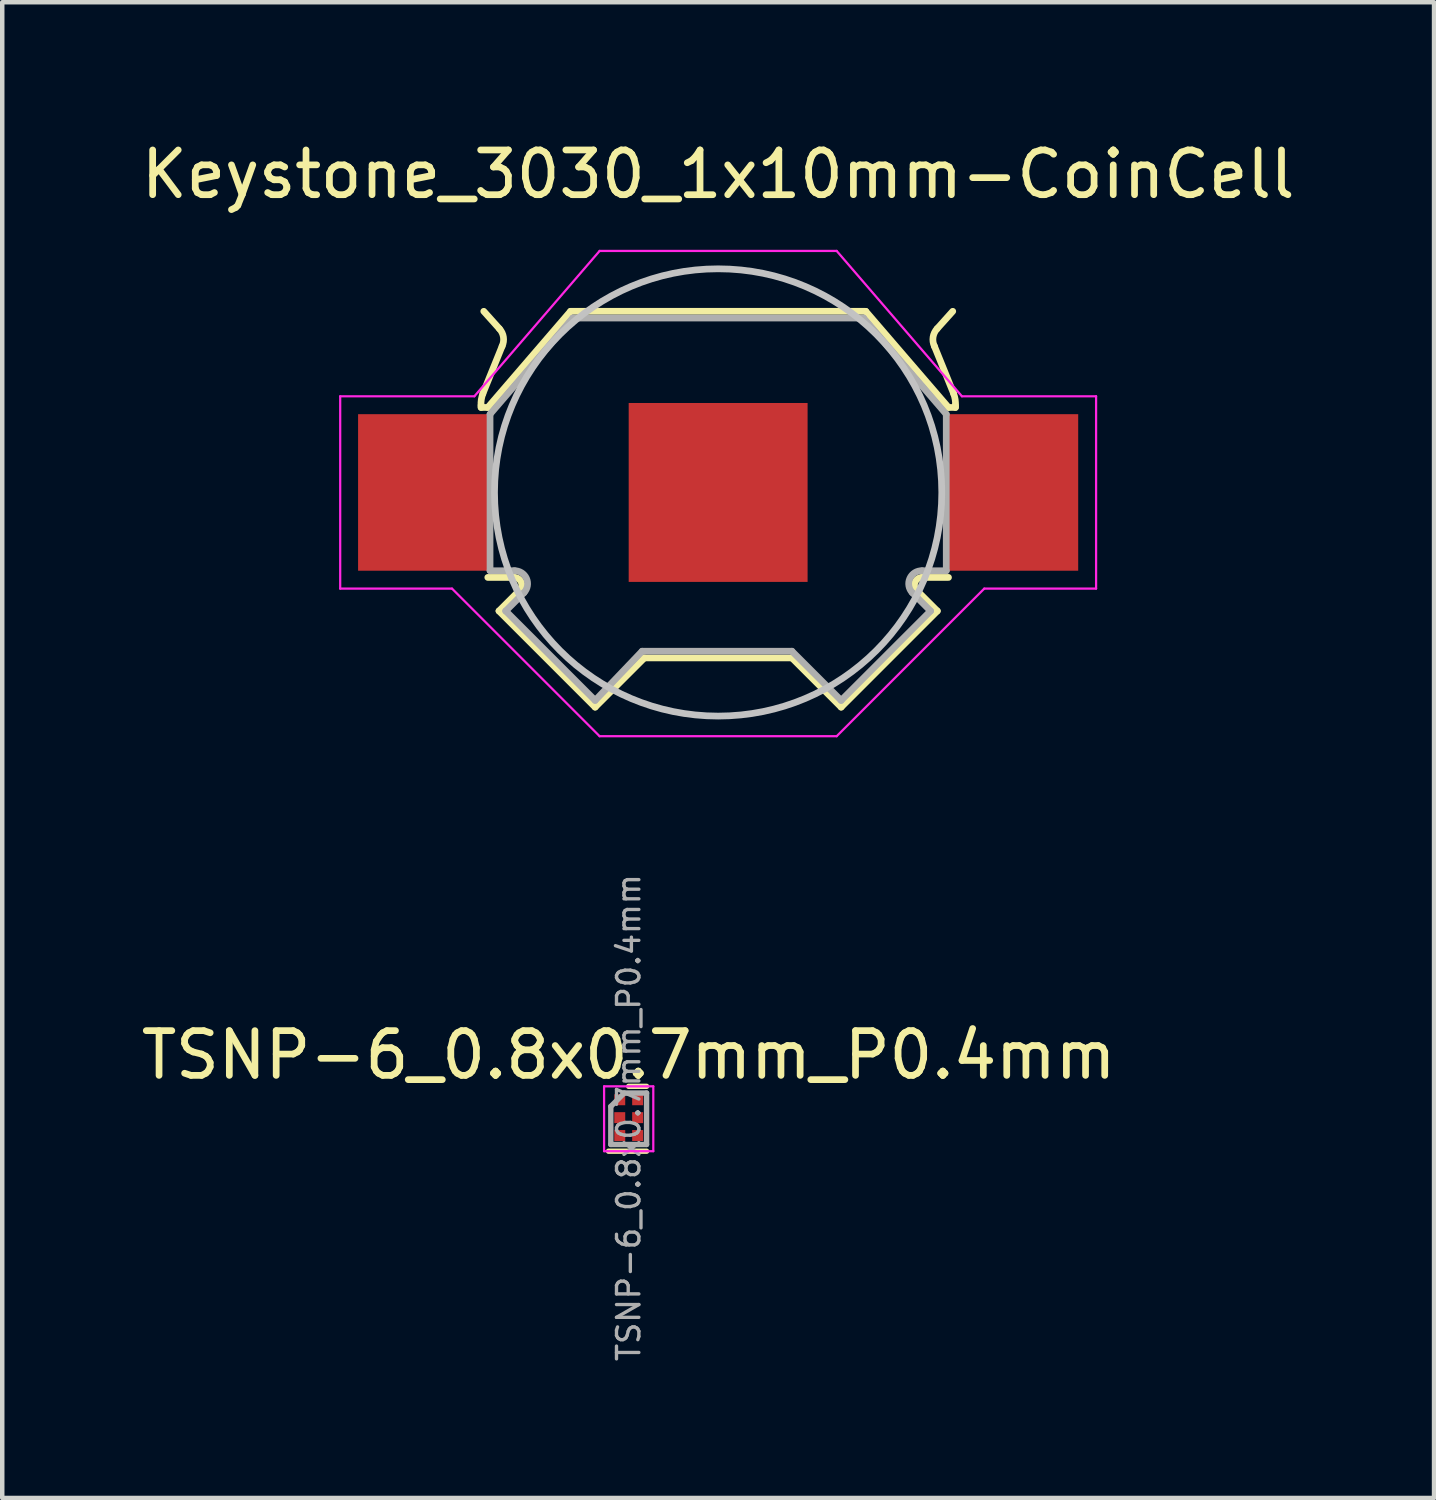
<source format=kicad_pcb>
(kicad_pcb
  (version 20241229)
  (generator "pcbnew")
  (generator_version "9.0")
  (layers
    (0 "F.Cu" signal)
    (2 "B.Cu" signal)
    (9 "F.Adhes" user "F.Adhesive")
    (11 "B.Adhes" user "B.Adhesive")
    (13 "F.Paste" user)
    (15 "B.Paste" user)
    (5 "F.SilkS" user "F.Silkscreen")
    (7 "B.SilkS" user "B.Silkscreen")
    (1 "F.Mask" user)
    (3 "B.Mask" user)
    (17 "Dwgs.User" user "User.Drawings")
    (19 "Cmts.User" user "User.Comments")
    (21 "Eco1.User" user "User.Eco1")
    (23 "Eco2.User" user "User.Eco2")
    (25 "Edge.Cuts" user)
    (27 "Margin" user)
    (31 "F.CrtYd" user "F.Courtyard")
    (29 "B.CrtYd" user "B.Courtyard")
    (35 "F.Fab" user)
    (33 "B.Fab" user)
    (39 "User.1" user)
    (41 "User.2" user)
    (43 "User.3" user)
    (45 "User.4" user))
  (footprint "TSNP-6_0.8x0.7mm_P0.4mm"
    (layer "F.Cu")
    (at 11.006 21.938)
    (property "Reference" "TSNP-6_0.8x0.7mm_P0.4mm" (at 0 -1.4 0) (layer "F.SilkS") (effects (font (size 1 1) (thickness 0.15))))
    (attr smd)
    (fp_line (start -0.45 0.75) (end 0.4 0.75) (stroke (width 0.12) (type solid)) (layer "F.SilkS"))
    (fp_line (start 0 -0.7) (end 0.4 -0.7) (stroke (width 0.12) (type solid)) (layer "F.SilkS"))
    (fp_line (start -0.55 -0.7) (end -0.55 0.75) (stroke (width 0.05) (type solid)) (layer "F.CrtYd"))
    (fp_line (start -0.55 -0.7) (end 0.55 -0.7) (stroke (width 0.05) (type solid)) (layer "F.CrtYd"))
    (fp_line (start 0.55 0.75) (end -0.55 0.75) (stroke (width 0.05) (type solid)) (layer "F.CrtYd"))
    (fp_line (start 0.55 0.75) (end 0.55 -0.7) (stroke (width 0.05) (type solid)) (layer "F.CrtYd"))
    (fp_line (start -0.4 -0.25) (end -0.4 0.6) (stroke (width 0.12) (type solid)) (layer "F.Fab"))
    (fp_line (start -0.4 0.6) (end 0.4 0.6) (stroke (width 0.12) (type solid)) (layer "F.Fab"))
    (fp_line (start -0.1 -0.55) (end -0.4 -0.25) (stroke (width 0.12) (type solid)) (layer "F.Fab"))
    (fp_line (start 0.4 -0.55) (end -0.1 -0.55) (stroke (width 0.12) (type solid)) (layer "F.Fab"))
    (fp_line (start 0.4 0.6) (end 0.4 -0.55) (stroke (width 0.12) (type solid)) (layer "F.Fab"))
    (fp_text user "${REFERENCE}" (at 0 0 270) (layer "F.Fab") (effects (font (size 0.5 0.5) (thickness 0.075))))
    (pad "1" smd rect (at -0.2 -0.4) (size 0.245 0.245) (layers "F.Cu" "F.Mask" "F.Paste"))
    (pad "2" smd rect (at -0.2 0) (size 0.245 0.245) (layers "F.Cu" "F.Mask" "F.Paste"))
    (pad "3" smd rect (at -0.2 0.4) (size 0.245 0.245) (layers "F.Cu" "F.Mask" "F.Paste"))
    (pad "4" smd rect (at 0.2 0.4) (size 0.245 0.245) (layers "F.Cu" "F.Mask" "F.Paste"))
    (pad "5" smd rect (at 0.2 0) (size 0.245 0.245) (layers "F.Cu" "F.Mask" "F.Paste"))
    (pad "6" smd rect (at 0.2 -0.4) (size 0.245 0.245) (layers "F.Cu" "F.Mask" "F.Paste")))
  (footprint "Keystone_3030_1x10mm-CoinCell"
    (layer "F.Cu")
    (at 13.006 7.96)
    (property "Reference" "Keystone_3030_1x10mm-CoinCell" (at 0 -7.112 0) (layer "F.SilkS") (effects (font (size 1 1) (thickness 0.15))))
    (attr smd)
    (fp_line (start -5.3 -1.9) (end -5.3 -1.95) (stroke (width 0.15) (type solid)) (layer "F.SilkS"))
    (fp_line (start -5.26 -2.21) (end -4.83 -3.27) (stroke (width 0.15) (type solid)) (layer "F.SilkS"))
    (fp_line (start -5.15 -1.9) (end -5.3 -1.9) (stroke (width 0.15) (type solid)) (layer "F.SilkS"))
    (fp_line (start -5.15 -1.9) (end -3.3 -4.05) (stroke (width 0.15) (type solid)) (layer "F.SilkS"))
    (fp_line (start -5.15 1.9) (end -4.56 1.9) (stroke (width 0.15) (type solid)) (layer "F.SilkS"))
    (fp_line (start -4.9 2.65) (end -2.75 4.8) (stroke (width 0.15) (type solid)) (layer "F.SilkS"))
    (fp_line (start -4.89 -3.66) (end -5.24 -4.05) (stroke (width 0.15) (type solid)) (layer "F.SilkS"))
    (fp_line (start -4.44 2.19) (end -4.9 2.65) (stroke (width 0.15) (type solid)) (layer "F.SilkS"))
    (fp_line (start -3.3 -4.05) (end 3.3 -4.05) (stroke (width 0.15) (type solid)) (layer "F.SilkS"))
    (fp_line (start -2.75 4.8) (end -1.65 3.7) (stroke (width 0.15) (type solid)) (layer "F.SilkS"))
    (fp_line (start -1.65 3.7) (end 1.65 3.7) (stroke (width 0.15) (type solid)) (layer "F.SilkS"))
    (fp_line (start 1.65 3.7) (end 2.75 4.8) (stroke (width 0.15) (type solid)) (layer "F.SilkS"))
    (fp_line (start 2.75 4.8) (end 4.9 2.65) (stroke (width 0.15) (type solid)) (layer "F.SilkS"))
    (fp_line (start 3.3 -4.05) (end 5.15 -1.9) (stroke (width 0.15) (type solid)) (layer "F.SilkS"))
    (fp_line (start 4.43 2.18) (end 4.9 2.65) (stroke (width 0.15) (type solid)) (layer "F.SilkS"))
    (fp_line (start 4.895 -3.66) (end 5.245 -4.05) (stroke (width 0.15) (type solid)) (layer "F.SilkS"))
    (fp_line (start 5.15 1.9) (end 4.56 1.9) (stroke (width 0.15) (type solid)) (layer "F.SilkS"))
    (fp_line (start 5.155 -1.9) (end 5.305 -1.9) (stroke (width 0.15) (type solid)) (layer "F.SilkS"))
    (fp_line (start 5.265 -2.21) (end 4.835 -3.27) (stroke (width 0.15) (type solid)) (layer "F.SilkS"))
    (fp_line (start 5.305 -1.9) (end 5.305 -1.95) (stroke (width 0.15) (type solid)) (layer "F.SilkS"))
    (fp_arc (start -5.30136 -1.940532) (mid -5.295135 -2.077485) (end -5.26 -2.21) (stroke (width 0.15) (type solid)) (layer "F.SilkS"))
    (fp_arc (start -4.890312 -3.659712) (mid -4.800746 -3.47405) (end -4.83 -3.27) (stroke (width 0.15) (type solid)) (layer "F.SilkS"))
    (fp_arc (start -4.56 1.899708) (mid -4.405515 1.99835) (end -4.430001 2.179999) (stroke (width 0.15) (type solid)) (layer "F.SilkS"))
    (fp_arc (start 4.430001 2.179999) (mid 4.405515 1.99835) (end 4.56 1.899708) (stroke (width 0.15) (type solid)) (layer "F.SilkS"))
    (fp_arc (start 4.834532 -3.269603) (mid 4.805278 -3.473653) (end 4.894844 -3.659315) (stroke (width 0.15) (type solid)) (layer "F.SilkS"))
    (fp_arc (start 5.264532 -2.209603) (mid 5.299667 -2.077088) (end 5.305892 -1.940135) (stroke (width 0.15) (type solid)) (layer "F.SilkS"))
    (fp_circle (center 0 0) (end 5 0) (stroke (width 0.15) (type solid)) (fill no) (layer "Dwgs.User"))
    (fp_line (start -8.45 -2.15) (end -8.45 2.15) (stroke (width 0.05) (type solid)) (layer "F.CrtYd"))
    (fp_line (start -8.45 2.15) (end -5.95 2.15) (stroke (width 0.05) (type solid)) (layer "F.CrtYd"))
    (fp_line (start -5.95 2.15) (end -2.65 5.45) (stroke (width 0.05) (type solid)) (layer "F.CrtYd"))
    (fp_line (start -5.45 -2.15) (end -8.45 -2.15) (stroke (width 0.05) (type solid)) (layer "F.CrtYd"))
    (fp_line (start -2.65 -5.4) (end -5.45 -2.15) (stroke (width 0.05) (type solid)) (layer "F.CrtYd"))
    (fp_line (start 2.65 -5.4) (end -2.65 -5.4) (stroke (width 0.05) (type solid)) (layer "F.CrtYd"))
    (fp_line (start 2.65 -5.4) (end 5.45 -2.15) (stroke (width 0.05) (type solid)) (layer "F.CrtYd"))
    (fp_line (start 2.65 5.45) (end -2.65 5.45) (stroke (width 0.05) (type solid)) (layer "F.CrtYd"))
    (fp_line (start 5.45 -2.15) (end 8.45 -2.15) (stroke (width 0.05) (type solid)) (layer "F.CrtYd"))
    (fp_line (start 5.95 2.15) (end 2.65 5.45) (stroke (width 0.05) (type solid)) (layer "F.CrtYd"))
    (fp_line (start 8.45 -2.15) (end 8.45 2.15) (stroke (width 0.05) (type solid)) (layer "F.CrtYd"))
    (fp_line (start 8.45 2.15) (end 5.95 2.15) (stroke (width 0.05) (type solid)) (layer "F.CrtYd"))
    (fp_line (start -5.1 -1.75) (end -3.25 -3.9) (stroke (width 0.15) (type solid)) (layer "F.Fab"))
    (fp_line (start -5.1 1.75) (end -5.1 -1.75) (stroke (width 0.15) (type solid)) (layer "F.Fab"))
    (fp_line (start -4.75 2.65) (end -4.34 2.24) (stroke (width 0.15) (type solid)) (layer "F.Fab"))
    (fp_line (start -4.55 1.75) (end -5.1 1.75) (stroke (width 0.15) (type solid)) (layer "F.Fab"))
    (fp_line (start -3.25 -3.9) (end 3.25 -3.9) (stroke (width 0.15) (type solid)) (layer "F.Fab"))
    (fp_line (start -2.75 4.65) (end -4.75 2.65) (stroke (width 0.15) (type solid)) (layer "F.Fab"))
    (fp_line (start -1.7 3.55) (end -2.75 4.65) (stroke (width 0.15) (type solid)) (layer "F.Fab"))
    (fp_line (start 1.65 3.55) (end -1.7 3.55) (stroke (width 0.15) (type solid)) (layer "F.Fab"))
    (fp_line (start 2.75 4.65) (end 1.65 3.55) (stroke (width 0.15) (type solid)) (layer "F.Fab"))
    (fp_line (start 3.25 -3.9) (end 5.1 -1.75) (stroke (width 0.15) (type solid)) (layer "F.Fab"))
    (fp_line (start 4.34 2.24) (end 4.75 2.65) (stroke (width 0.15) (type solid)) (layer "F.Fab"))
    (fp_line (start 4.75 2.65) (end 2.75 4.65) (stroke (width 0.15) (type solid)) (layer "F.Fab"))
    (fp_line (start 5.1 -1.75) (end 5.1 1.75) (stroke (width 0.15) (type solid)) (layer "F.Fab"))
    (fp_line (start 5.1 1.75) (end 4.56 1.75) (stroke (width 0.15) (type solid)) (layer "F.Fab"))
    (fp_arc (start -4.560107 1.750176) (mid -4.285479 1.921135) (end -4.34 2.24) (stroke (width 0.15) (type solid)) (layer "F.Fab"))
    (fp_arc (start 4.34 2.24) (mid 4.285479 1.921135) (end 4.560107 1.750176) (stroke (width 0.15) (type solid)) (layer "F.Fab"))
    (pad "1" smd rect (at -6.6 0) (size 2.9 3.5) (layers "F.Cu" "F.Mask" "F.Paste"))
    (pad "1" smd rect (at 6.6 0) (size 2.9 3.5) (layers "F.Cu" "F.Mask" "F.Paste"))
    (pad "2" smd rect (at 0 0) (size 4 4) (layers "F.Cu" "F.Mask" "F.Paste")))
  (gr_rect
    (start -3 -3)
    (end 29.012 30.441)
    (stroke (width 0.1) (type default))
    (fill no)
    (layer "Edge.Cuts")))
</source>
